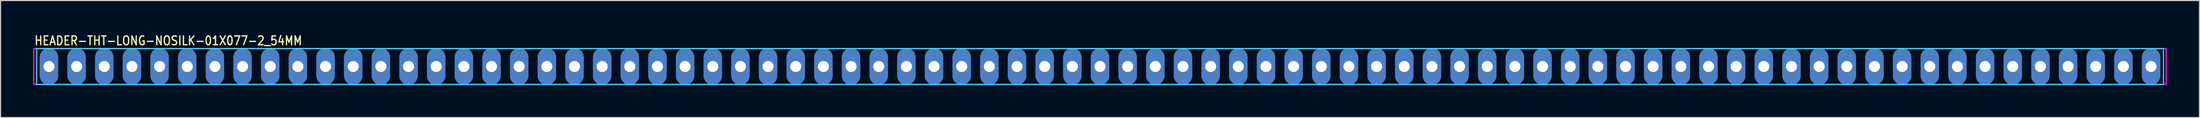
<source format=kicad_pcb>
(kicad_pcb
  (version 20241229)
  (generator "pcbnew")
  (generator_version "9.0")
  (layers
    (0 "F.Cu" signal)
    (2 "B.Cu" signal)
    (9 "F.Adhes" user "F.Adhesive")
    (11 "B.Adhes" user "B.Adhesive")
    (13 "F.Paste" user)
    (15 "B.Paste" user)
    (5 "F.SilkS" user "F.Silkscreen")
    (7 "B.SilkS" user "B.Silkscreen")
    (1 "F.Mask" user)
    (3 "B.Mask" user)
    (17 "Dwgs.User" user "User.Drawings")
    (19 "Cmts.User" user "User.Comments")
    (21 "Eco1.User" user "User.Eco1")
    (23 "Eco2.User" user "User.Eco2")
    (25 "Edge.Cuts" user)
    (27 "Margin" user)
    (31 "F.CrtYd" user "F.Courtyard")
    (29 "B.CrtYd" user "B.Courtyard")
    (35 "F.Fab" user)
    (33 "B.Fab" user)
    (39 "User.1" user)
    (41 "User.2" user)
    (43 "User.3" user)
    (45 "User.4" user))
  (footprint "HEADER-THT-LONG-NOSILK-01X077-2_54MM"
    (layer "F.Cu")
    (at 1.447 3.079)
    (property "Reference" "HEADER-THT-LONG-NOSILK-01X077-2_54MM" (at -1.4 -1.9 0) (unlocked yes) (layer "F.SilkS") (effects (font (size 0.813 0.695) (thickness 0.122)) (justify left bottom)))
    (fp_poly (pts (xy -1.143 -1.651) (xy 194.183 -1.651) (xy 194.183 1.651) (xy -1.143 1.651)) (stroke (width 0.1) (type solid)) (fill no) (layer "B.CrtYd"))
    (fp_poly (pts (xy -1.397 -1.651) (xy 194.437 -1.651) (xy 194.437 1.651) (xy -1.397 1.651)) (stroke (width 0.1) (type solid)) (fill no) (layer "F.CrtYd"))
    (pad "P$1" thru_hole oval (at 0 0 90) (size 3.387 1.693) (drill 1.016) (layers "*.Cu" "*.Mask"))
    (pad "P$2" thru_hole oval (at 2.54 0 90) (size 3.387 1.693) (drill 1.016) (layers "*.Cu" "*.Mask"))
    (pad "P$3" thru_hole oval (at 5.08 0 90) (size 3.387 1.693) (drill 1.016) (layers "*.Cu" "*.Mask"))
    (pad "P$4" thru_hole oval (at 7.62 0 90) (size 3.387 1.693) (drill 1.016) (layers "*.Cu" "*.Mask"))
    (pad "P$5" thru_hole oval (at 10.16 0 90) (size 3.387 1.693) (drill 1.016) (layers "*.Cu" "*.Mask"))
    (pad "P$6" thru_hole oval (at 12.7 0 90) (size 3.387 1.693) (drill 1.016) (layers "*.Cu" "*.Mask"))
    (pad "P$7" thru_hole oval (at 15.24 0 90) (size 3.387 1.693) (drill 1.016) (layers "*.Cu" "*.Mask"))
    (pad "P$8" thru_hole oval (at 17.78 0 90) (size 3.387 1.693) (drill 1.016) (layers "*.Cu" "*.Mask"))
    (pad "P$9" thru_hole oval (at 20.32 0 90) (size 3.387 1.693) (drill 1.016) (layers "*.Cu" "*.Mask"))
    (pad "P$10" thru_hole oval (at 22.86 0 90) (size 3.387 1.693) (drill 1.016) (layers "*.Cu" "*.Mask"))
    (pad "P$11" thru_hole oval (at 25.4 0 90) (size 3.387 1.693) (drill 1.016) (layers "*.Cu" "*.Mask"))
    (pad "P$12" thru_hole oval (at 27.94 0 90) (size 3.387 1.693) (drill 1.016) (layers "*.Cu" "*.Mask"))
    (pad "P$13" thru_hole oval (at 30.48 0 90) (size 3.387 1.693) (drill 1.016) (layers "*.Cu" "*.Mask"))
    (pad "P$14" thru_hole oval (at 33.02 0 90) (size 3.387 1.693) (drill 1.016) (layers "*.Cu" "*.Mask"))
    (pad "P$15" thru_hole oval (at 35.56 0 90) (size 3.387 1.693) (drill 1.016) (layers "*.Cu" "*.Mask"))
    (pad "P$16" thru_hole oval (at 38.1 0 90) (size 3.387 1.693) (drill 1.016) (layers "*.Cu" "*.Mask"))
    (pad "P$17" thru_hole oval (at 40.64 0 90) (size 3.387 1.693) (drill 1.016) (layers "*.Cu" "*.Mask"))
    (pad "P$18" thru_hole oval (at 43.18 0 90) (size 3.387 1.693) (drill 1.016) (layers "*.Cu" "*.Mask"))
    (pad "P$19" thru_hole oval (at 45.72 0 90) (size 3.387 1.693) (drill 1.016) (layers "*.Cu" "*.Mask"))
    (pad "P$20" thru_hole oval (at 48.26 0 90) (size 3.387 1.693) (drill 1.016) (layers "*.Cu" "*.Mask"))
    (pad "P$21" thru_hole oval (at 50.8 0 90) (size 3.387 1.693) (drill 1.016) (layers "*.Cu" "*.Mask"))
    (pad "P$22" thru_hole oval (at 53.34 0 90) (size 3.387 1.693) (drill 1.016) (layers "*.Cu" "*.Mask"))
    (pad "P$23" thru_hole oval (at 55.88 0 90) (size 3.387 1.693) (drill 1.016) (layers "*.Cu" "*.Mask"))
    (pad "P$24" thru_hole oval (at 58.42 0 90) (size 3.387 1.693) (drill 1.016) (layers "*.Cu" "*.Mask"))
    (pad "P$25" thru_hole oval (at 60.96 0 90) (size 3.387 1.693) (drill 1.016) (layers "*.Cu" "*.Mask"))
    (pad "P$26" thru_hole oval (at 63.5 0 90) (size 3.387 1.693) (drill 1.016) (layers "*.Cu" "*.Mask"))
    (pad "P$27" thru_hole oval (at 66.04 0 90) (size 3.387 1.693) (drill 1.016) (layers "*.Cu" "*.Mask"))
    (pad "P$28" thru_hole oval (at 68.58 0 90) (size 3.387 1.693) (drill 1.016) (layers "*.Cu" "*.Mask"))
    (pad "P$29" thru_hole oval (at 71.12 0 90) (size 3.387 1.693) (drill 1.016) (layers "*.Cu" "*.Mask"))
    (pad "P$30" thru_hole oval (at 73.66 0 90) (size 3.387 1.693) (drill 1.016) (layers "*.Cu" "*.Mask"))
    (pad "P$31" thru_hole oval (at 76.2 0 90) (size 3.387 1.693) (drill 1.016) (layers "*.Cu" "*.Mask"))
    (pad "P$32" thru_hole oval (at 78.74 0 90) (size 3.387 1.693) (drill 1.016) (layers "*.Cu" "*.Mask"))
    (pad "P$33" thru_hole oval (at 81.28 0 90) (size 3.387 1.693) (drill 1.016) (layers "*.Cu" "*.Mask"))
    (pad "P$34" thru_hole oval (at 83.82 0 90) (size 3.387 1.693) (drill 1.016) (layers "*.Cu" "*.Mask"))
    (pad "P$35" thru_hole oval (at 86.36 0 90) (size 3.387 1.693) (drill 1.016) (layers "*.Cu" "*.Mask"))
    (pad "P$36" thru_hole oval (at 88.9 0 90) (size 3.387 1.693) (drill 1.016) (layers "*.Cu" "*.Mask"))
    (pad "P$37" thru_hole oval (at 91.44 0 90) (size 3.387 1.693) (drill 1.016) (layers "*.Cu" "*.Mask"))
    (pad "P$38" thru_hole oval (at 93.98 0 90) (size 3.387 1.693) (drill 1.016) (layers "*.Cu" "*.Mask"))
    (pad "P$39" thru_hole oval (at 96.52 0 90) (size 3.387 1.693) (drill 1.016) (layers "*.Cu" "*.Mask"))
    (pad "P$40" thru_hole oval (at 99.06 0 90) (size 3.387 1.693) (drill 1.016) (layers "*.Cu" "*.Mask"))
    (pad "P$41" thru_hole oval (at 101.6 0 90) (size 3.387 1.693) (drill 1.016) (layers "*.Cu" "*.Mask"))
    (pad "P$42" thru_hole oval (at 104.14 0 90) (size 3.387 1.693) (drill 1.016) (layers "*.Cu" "*.Mask"))
    (pad "P$43" thru_hole oval (at 106.68 0 90) (size 3.387 1.693) (drill 1.016) (layers "*.Cu" "*.Mask"))
    (pad "P$44" thru_hole oval (at 109.22 0 90) (size 3.387 1.693) (drill 1.016) (layers "*.Cu" "*.Mask"))
    (pad "P$45" thru_hole oval (at 111.76 0 90) (size 3.387 1.693) (drill 1.016) (layers "*.Cu" "*.Mask"))
    (pad "P$46" thru_hole oval (at 114.3 0 90) (size 3.387 1.693) (drill 1.016) (layers "*.Cu" "*.Mask"))
    (pad "P$47" thru_hole oval (at 116.84 0 90) (size 3.387 1.693) (drill 1.016) (layers "*.Cu" "*.Mask"))
    (pad "P$48" thru_hole oval (at 119.38 0 90) (size 3.387 1.693) (drill 1.016) (layers "*.Cu" "*.Mask"))
    (pad "P$49" thru_hole oval (at 121.92 0 90) (size 3.387 1.693) (drill 1.016) (layers "*.Cu" "*.Mask"))
    (pad "P$50" thru_hole oval (at 124.46 0 90) (size 3.387 1.693) (drill 1.016) (layers "*.Cu" "*.Mask"))
    (pad "P$51" thru_hole oval (at 127 0 90) (size 3.387 1.693) (drill 1.016) (layers "*.Cu" "*.Mask"))
    (pad "P$52" thru_hole oval (at 129.54 0 90) (size 3.387 1.693) (drill 1.016) (layers "*.Cu" "*.Mask"))
    (pad "P$53" thru_hole oval (at 132.08 0 90) (size 3.387 1.693) (drill 1.016) (layers "*.Cu" "*.Mask"))
    (pad "P$54" thru_hole oval (at 134.62 0 90) (size 3.387 1.693) (drill 1.016) (layers "*.Cu" "*.Mask"))
    (pad "P$55" thru_hole oval (at 137.16 0 90) (size 3.387 1.693) (drill 1.016) (layers "*.Cu" "*.Mask"))
    (pad "P$56" thru_hole oval (at 139.7 0 90) (size 3.387 1.693) (drill 1.016) (layers "*.Cu" "*.Mask"))
    (pad "P$57" thru_hole oval (at 142.24 0 90) (size 3.387 1.693) (drill 1.016) (layers "*.Cu" "*.Mask"))
    (pad "P$58" thru_hole oval (at 144.78 0 90) (size 3.387 1.693) (drill 1.016) (layers "*.Cu" "*.Mask"))
    (pad "P$59" thru_hole oval (at 147.32 0 90) (size 3.387 1.693) (drill 1.016) (layers "*.Cu" "*.Mask"))
    (pad "P$60" thru_hole oval (at 149.86 0 90) (size 3.387 1.693) (drill 1.016) (layers "*.Cu" "*.Mask"))
    (pad "P$61" thru_hole oval (at 152.4 0 90) (size 3.387 1.693) (drill 1.016) (layers "*.Cu" "*.Mask"))
    (pad "P$62" thru_hole oval (at 154.94 0 90) (size 3.387 1.693) (drill 1.016) (layers "*.Cu" "*.Mask"))
    (pad "P$63" thru_hole oval (at 157.48 0 90) (size 3.387 1.693) (drill 1.016) (layers "*.Cu" "*.Mask"))
    (pad "P$64" thru_hole oval (at 160.02 0 90) (size 3.387 1.693) (drill 1.016) (layers "*.Cu" "*.Mask"))
    (pad "P$65" thru_hole oval (at 162.56 0 90) (size 3.387 1.693) (drill 1.016) (layers "*.Cu" "*.Mask"))
    (pad "P$66" thru_hole oval (at 165.1 0 90) (size 3.387 1.693) (drill 1.016) (layers "*.Cu" "*.Mask"))
    (pad "P$67" thru_hole oval (at 167.64 0 90) (size 3.387 1.693) (drill 1.016) (layers "*.Cu" "*.Mask"))
    (pad "P$68" thru_hole oval (at 170.18 0 90) (size 3.387 1.693) (drill 1.016) (layers "*.Cu" "*.Mask"))
    (pad "P$69" thru_hole oval (at 172.72 0 90) (size 3.387 1.693) (drill 1.016) (layers "*.Cu" "*.Mask"))
    (pad "P$70" thru_hole oval (at 175.26 0 90) (size 3.387 1.693) (drill 1.016) (layers "*.Cu" "*.Mask"))
    (pad "P$71" thru_hole oval (at 177.8 0 90) (size 3.387 1.693) (drill 1.016) (layers "*.Cu" "*.Mask"))
    (pad "P$72" thru_hole oval (at 180.34 0 90) (size 3.387 1.693) (drill 1.016) (layers "*.Cu" "*.Mask"))
    (pad "P$73" thru_hole oval (at 182.88 0 90) (size 3.387 1.693) (drill 1.016) (layers "*.Cu" "*.Mask"))
    (pad "P$74" thru_hole oval (at 185.42 0 90) (size 3.387 1.693) (drill 1.016) (layers "*.Cu" "*.Mask"))
    (pad "P$75" thru_hole oval (at 187.96 0 90) (size 3.387 1.693) (drill 1.016) (layers "*.Cu" "*.Mask"))
    (pad "P$76" thru_hole oval (at 190.5 0 90) (size 3.387 1.693) (drill 1.016) (layers "*.Cu" "*.Mask"))
    (pad "P$77" thru_hole oval (at 193.04 0 90) (size 3.387 1.693) (drill 1.016) (layers "*.Cu" "*.Mask")))
  (gr_rect
    (start -3 -3)
    (end 198.934 7.78)
    (stroke (width 0.1) (type default))
    (fill no)
    (layer "Edge.Cuts")))
</source>
